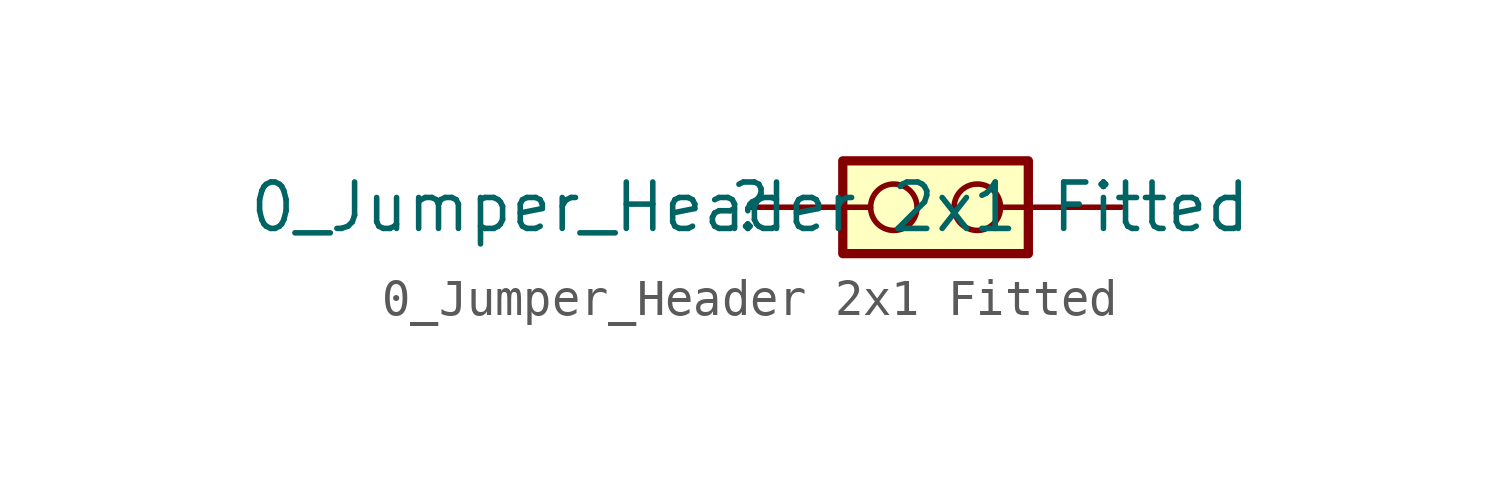
<source format=kicad_sym>
(kicad_symbol_lib
  (version 20211014)
  (generator kicad_symbol_editor)
  (symbol "0_Jumper_Header 2x1 Fitted"
    (property "Reference" ""
      (at 0 0 0)
      (effects (font (size 1.27 1.27))))
    (property "Value" "0_Jumper_Header 2x1 Fitted"
      (at 0 0 0)
      (effects (font (size 1.27 1.27))))
    (symbol "0_Jumper_Header 2x1 Fitted_1_0"
      (polyline (pts (xy 2.54 1.27) (xy 7.62 1.27) (xy 7.62 -1.27) (xy 2.54 -1.27) (xy 2.54 1.27)) (stroke (width 0.254) (type default) (color 0 0 0 0)) (fill (type none)))
      (rectangle (start 7.62 1.27) (end 2.54 -1.27) (stroke (width 0) (type default) (color 0 0 0 0)) (fill (type background)))
      (pin passive inverted (at 0 0 0) (length 4.572) (name "COMMON" (effects (font (size 0 0)))) (number "1" (effects (font (size 0 0)))))
      (pin passive inverted (at 10.16 0 180) (length 4.572) (name "NO" (effects (font (size 0 0)))) (number "2" (effects (font (size 0 0))))))))
</source>
